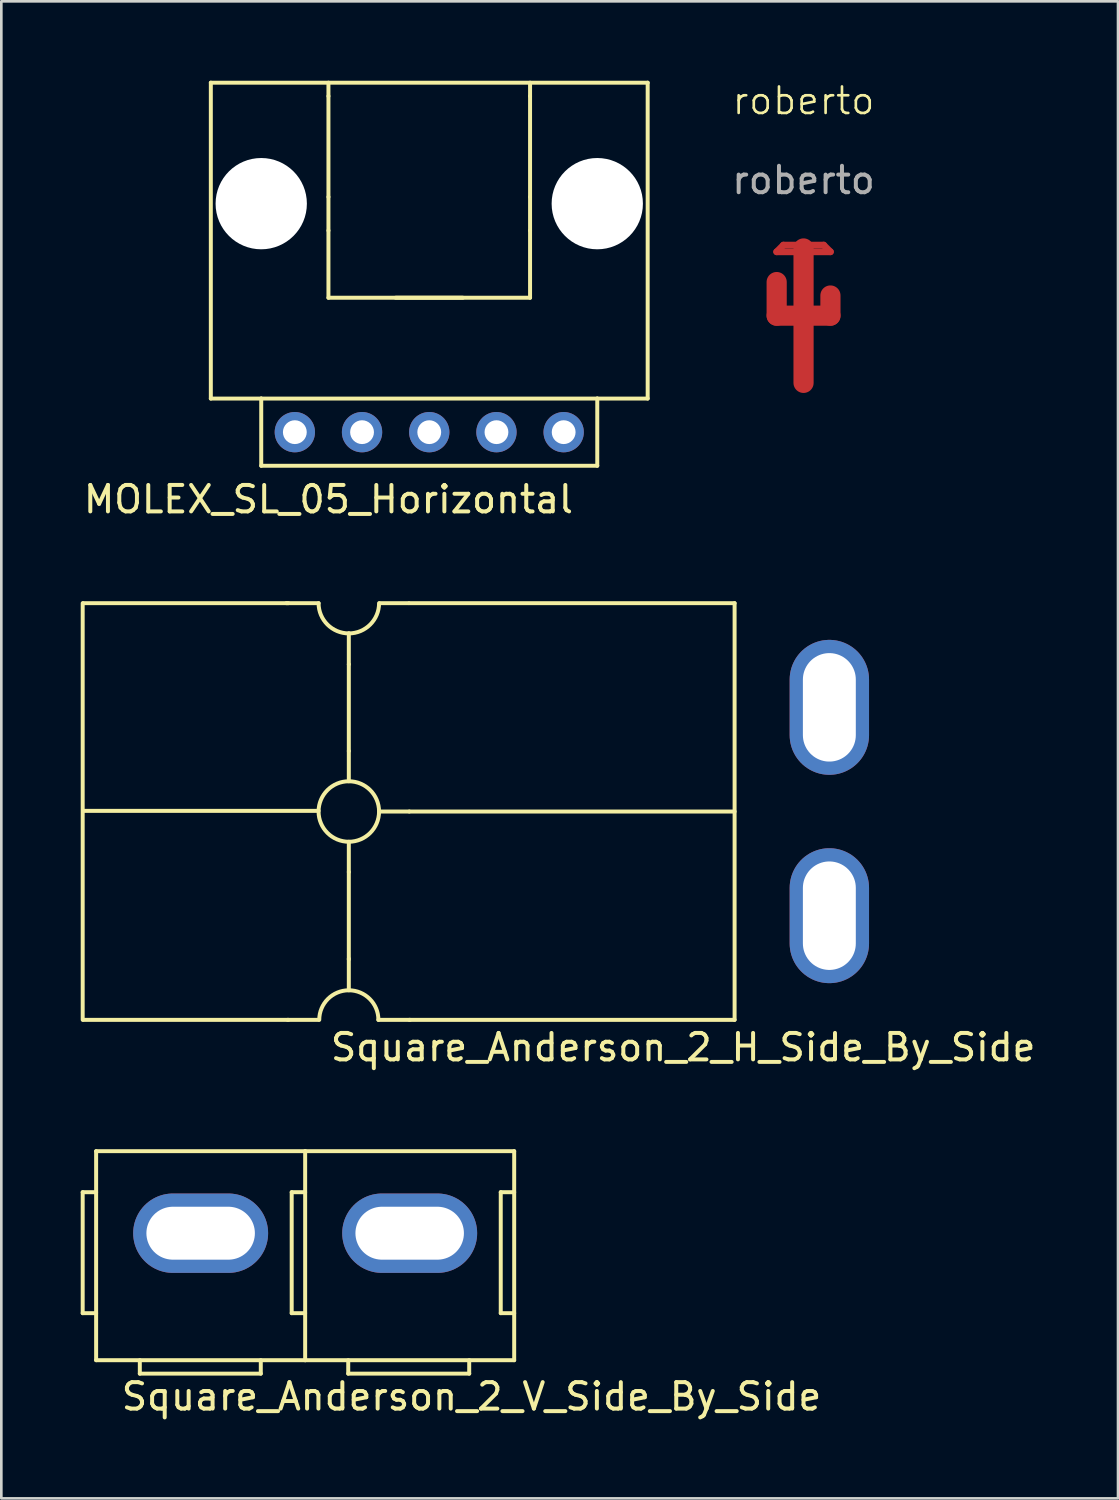
<source format=kicad_pcb>
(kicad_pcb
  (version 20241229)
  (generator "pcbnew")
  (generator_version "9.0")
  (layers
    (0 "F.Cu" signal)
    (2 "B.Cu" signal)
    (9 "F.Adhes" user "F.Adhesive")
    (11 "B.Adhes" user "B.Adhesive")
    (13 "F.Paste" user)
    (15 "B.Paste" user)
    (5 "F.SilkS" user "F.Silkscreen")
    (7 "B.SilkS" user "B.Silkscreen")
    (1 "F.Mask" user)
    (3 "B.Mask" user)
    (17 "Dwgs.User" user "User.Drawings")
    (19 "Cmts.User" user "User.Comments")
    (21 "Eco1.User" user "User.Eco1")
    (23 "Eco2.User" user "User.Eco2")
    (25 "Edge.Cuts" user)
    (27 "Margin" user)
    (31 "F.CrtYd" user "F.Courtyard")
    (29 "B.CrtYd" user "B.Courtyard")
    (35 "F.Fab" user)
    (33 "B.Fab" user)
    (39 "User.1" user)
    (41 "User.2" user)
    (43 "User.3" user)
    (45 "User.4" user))
  (footprint "Square_Anderson_2_H_Side_By_Side"
    (layer "F.Cu")
    (at 28.669 23.133)
    (property "Reference" "Square_Anderson_2_H_Side_By_Side" (at -5.9 13.4 0) (layer "F.SilkS") (effects (font (size 1 1) (thickness 0.15))))
    (attr through_hole)
    (fp_line (start -28.594 -3.387) (end -28.594 12.361) (stroke (width 0.15) (type solid)) (layer "F.SilkS"))
    (fp_line (start -28.569 -3.387) (end -20.822 -3.387) (stroke (width 0.15) (type solid)) (layer "F.SilkS"))
    (fp_line (start -28.569 4.462) (end -19.679 4.462) (stroke (width 0.15) (type solid)) (layer "F.SilkS"))
    (fp_line (start -20.847 12.361) (end -19.679 12.361) (stroke (width 0.15) (type solid)) (layer "F.SilkS"))
    (fp_line (start -20.822 12.361) (end -28.569 12.361) (stroke (width 0.15) (type solid)) (layer "F.SilkS"))
    (fp_line (start -19.679 -3.387) (end -20.898 -3.387) (stroke (width 0.15) (type solid)) (layer "F.SilkS"))
    (fp_line (start -18.536 -2.244) (end -18.536 -1.076) (stroke (width 0.15) (type solid)) (layer "F.SilkS"))
    (fp_line (start -18.536 2.201) (end -18.536 -1.076) (stroke (width 0.15) (type solid)) (layer "F.SilkS"))
    (fp_line (start -18.536 2.201) (end -18.536 3.344) (stroke (width 0.15) (type solid)) (layer "F.SilkS"))
    (fp_line (start -18.536 6.773) (end -18.536 5.63) (stroke (width 0.15) (type solid)) (layer "F.SilkS"))
    (fp_line (start -18.536 6.773) (end -18.536 10.075) (stroke (width 0.15) (type solid)) (layer "F.SilkS"))
    (fp_line (start -18.536 10.05) (end -18.536 11.218) (stroke (width 0.15) (type solid)) (layer "F.SilkS"))
    (fp_line (start -16.275 -3.387) (end -17.367 -3.387) (stroke (width 0.15) (type solid)) (layer "F.SilkS"))
    (fp_line (start -16.25 -3.387) (end -3.956 -3.387) (stroke (width 0.15) (type solid)) (layer "F.SilkS"))
    (fp_line (start -16.25 4.487) (end -17.393 4.487) (stroke (width 0.15) (type solid)) (layer "F.SilkS"))
    (fp_line (start -16.25 4.487) (end -3.956 4.487) (stroke (width 0.15) (type solid)) (layer "F.SilkS"))
    (fp_line (start -16.25 12.361) (end -3.956 12.361) (stroke (width 0.15) (type solid)) (layer "F.SilkS"))
    (fp_line (start -16.224 12.361) (end -17.418 12.361) (stroke (width 0.15) (type solid)) (layer "F.SilkS"))
    (fp_line (start -3.956 -3.387) (end -3.956 12.361) (stroke (width 0.15) (type solid)) (layer "F.SilkS"))
    (fp_arc (start -19.6532 12.361) (mid -19.325863 11.570737) (end -18.5356 11.2434) (stroke (width 0.15) (type solid)) (layer "F.SilkS"))
    (fp_arc (start -18.5356 -2.244) (mid -19.343823 -2.578777) (end -19.6786 -3.387) (stroke (width 0.15) (type solid)) (layer "F.SilkS"))
    (fp_arc (start -18.5356 11.2434) (mid -17.745337 11.570737) (end -17.418 12.361) (stroke (width 0.15) (type solid)) (layer "F.SilkS"))
    (fp_arc (start -17.3926 -3.387) (mid -17.727377 -2.578777) (end -18.5356 -2.244) (stroke (width 0.15) (type solid)) (layer "F.SilkS"))
    (fp_circle (center -18.536 4.487) (end -18.536 5.63) (stroke (width 0.15) (type solid)) (fill no) (layer "F.SilkS"))
    (pad "1" thru_hole oval (at -0.375 0.55) (size 3 5.1) (drill oval 2 4.1) (layers "*.Cu" "*.Mask" "F.Paste"))
    (pad "2" thru_hole oval (at -0.375 8.424) (size 3 5.1) (drill oval 2 4.1) (layers "*.Cu" "*.Mask" "F.Paste")))
  (footprint "Square_Anderson_2_V_Side_By_Side"
    (layer "F.Cu")
    (at 8.57 43.431)
    (property "Reference" "Square_Anderson_2_V_Side_By_Side" (at 6.2 6.3 0) (layer "F.SilkS") (effects (font (size 1 1) (thickness 0.15))))
    (attr through_hole)
    (fp_line (start -8.495 -1.424) (end -8.495 3.148) (stroke (width 0.15) (type solid)) (layer "F.SilkS"))
    (fp_line (start -8.495 3.148) (end -7.987 3.148) (stroke (width 0.15) (type solid)) (layer "F.SilkS"))
    (fp_line (start -7.987 -1.424) (end -8.495 -1.424) (stroke (width 0.15) (type solid)) (layer "F.SilkS"))
    (fp_line (start -7.987 4.926) (end -7.987 -2.974) (stroke (width 0.15) (type solid)) (layer "F.SilkS"))
    (fp_line (start -6.336 4.926) (end -6.336 5.434) (stroke (width 0.15) (type solid)) (layer "F.SilkS"))
    (fp_line (start -6.336 5.434) (end -1.764 5.434) (stroke (width 0.15) (type solid)) (layer "F.SilkS"))
    (fp_line (start -1.764 5.434) (end -1.764 4.926) (stroke (width 0.15) (type solid)) (layer "F.SilkS"))
    (fp_line (start -0.596 -1.424) (end -0.596 3.148) (stroke (width 0.15) (type solid)) (layer "F.SilkS"))
    (fp_line (start -0.596 3.148) (end -0.088 3.148) (stroke (width 0.15) (type solid)) (layer "F.SilkS"))
    (fp_line (start -0.088 -1.424) (end -0.596 -1.424) (stroke (width 0.15) (type solid)) (layer "F.SilkS"))
    (fp_line (start -0.087 -2.974) (end -7.987 -2.974) (stroke (width 0.15) (type solid)) (layer "F.SilkS"))
    (fp_line (start -0.087 4.926) (end -7.987 4.926) (stroke (width 0.15) (type solid)) (layer "F.SilkS"))
    (fp_line (start -0.087 4.926) (end -0.087 -2.974) (stroke (width 0.15) (type solid)) (layer "F.SilkS"))
    (fp_line (start 1.541 4.926) (end 1.541 5.434) (stroke (width 0.15) (type solid)) (layer "F.SilkS"))
    (fp_line (start 1.541 5.434) (end 6.113 5.434) (stroke (width 0.15) (type solid)) (layer "F.SilkS"))
    (fp_line (start 6.113 5.434) (end 6.113 4.926) (stroke (width 0.15) (type solid)) (layer "F.SilkS"))
    (fp_line (start 7.305 -1.424) (end 7.305 3.148) (stroke (width 0.15) (type solid)) (layer "F.SilkS"))
    (fp_line (start 7.305 3.148) (end 7.813 3.148) (stroke (width 0.15) (type solid)) (layer "F.SilkS"))
    (fp_line (start 7.813 -2.974) (end -0.087 -2.974) (stroke (width 0.15) (type solid)) (layer "F.SilkS"))
    (fp_line (start 7.813 -1.424) (end 7.305 -1.424) (stroke (width 0.15) (type solid)) (layer "F.SilkS"))
    (fp_line (start 7.813 4.926) (end -0.087 4.926) (stroke (width 0.15) (type solid)) (layer "F.SilkS"))
    (fp_line (start 7.813 4.926) (end 7.813 -2.974) (stroke (width 0.15) (type solid)) (layer "F.SilkS"))
    (pad "1" thru_hole oval (at -4.037 0.126 270) (size 3 5.1) (drill oval 2 4.1) (layers "*.Cu" "*.Mask"))
    (pad "2" thru_hole oval (at 3.863 0.126 270) (size 3 5.1) (drill oval 2 4.1) (layers "*.Cu" "*.Mask")))
  (footprint "roberto"
    (layer "F.Cu")
    (at 27.319 1.26)
    (property "Reference" "roberto" (at 0 -0.5 0) (unlocked yes) (layer "F.SilkS") (effects (font (size 1 1) (thickness 0.1))))
    (attr smd)
    (fp_line (start -1.016 5.207) (end -0.762 4.953) (stroke (width 0.254) (type default)) (layer "F.Cu"))
    (fp_line (start -1.016 5.207) (end 1.016 5.207) (stroke (width 0.254) (type default)) (layer "F.Cu"))
    (fp_line (start -1.016 7.62) (end -1.016 6.35) (stroke (width 0.762) (type default)) (layer "F.Cu"))
    (fp_line (start -1.016 7.62) (end 0 7.62) (stroke (width 0.762) (type default)) (layer "F.Cu"))
    (fp_line (start -0.762 4.953) (end 0.762 4.953) (stroke (width 0.254) (type default)) (layer "F.Cu"))
    (fp_line (start 0 7.62) (end 1.016 7.62) (stroke (width 0.762) (type default)) (layer "F.Cu"))
    (fp_line (start 0 10.16) (end 0 5.08) (stroke (width 0.762) (type default)) (layer "F.Cu"))
    (fp_line (start 0.762 4.953) (end 1.016 5.207) (stroke (width 0.254) (type default)) (layer "F.Cu"))
    (fp_line (start 1.016 7.62) (end 1.016 6.858) (stroke (width 0.762) (type default)) (layer "F.Cu"))
    (fp_text user "${REFERENCE}" (at 0 2.5 0) (unlocked yes) (layer "F.Fab") (effects (font (size 1 1) (thickness 0.15)))))
  (footprint "MOLEX_SL_05_Horizontal"
    (layer "F.Cu")
    (at 8.093 13.283)
    (property "Reference" "MOLEX_SL_05_Horizontal" (at 1.27 2.54 0) (layer "F.SilkS") (effects (font (size 1 1) (thickness 0.15))))
    (attr through_hole)
    (fp_line (start -3.175 -13.208) (end 13.335 -13.208) (stroke (width 0.15) (type solid)) (layer "F.SilkS"))
    (fp_line (start -3.175 -1.27) (end -3.175 -13.208) (stroke (width 0.15) (type solid)) (layer "F.SilkS"))
    (fp_line (start -1.27 -1.27) (end -3.175 -1.27) (stroke (width 0.15) (type solid)) (layer "F.SilkS"))
    (fp_line (start -1.27 -1.27) (end 11.43 -1.27) (stroke (width 0.15) (type solid)) (layer "F.SilkS"))
    (fp_line (start -1.27 1.27) (end -1.27 -1.27) (stroke (width 0.15) (type solid)) (layer "F.SilkS"))
    (fp_line (start 1.27 -13.208) (end 1.27 -12.7) (stroke (width 0.15) (type solid)) (layer "F.SilkS"))
    (fp_line (start 1.27 -8.89) (end 1.27 -12.7) (stroke (width 0.15) (type solid)) (layer "F.SilkS"))
    (fp_line (start 1.27 -8.89) (end 1.27 -7.62) (stroke (width 0.15) (type solid)) (layer "F.SilkS"))
    (fp_line (start 1.27 -7.62) (end 1.27 -5.08) (stroke (width 0.15) (type solid)) (layer "F.SilkS"))
    (fp_line (start 1.27 -5.08) (end 8.89 -5.08) (stroke (width 0.15) (type solid)) (layer "F.SilkS"))
    (fp_line (start 3.81 -5.08) (end 6.35 -5.08) (stroke (width 0.15) (type solid)) (layer "F.SilkS"))
    (fp_line (start 8.89 -12.7) (end 8.89 -13.208) (stroke (width 0.15) (type solid)) (layer "F.SilkS"))
    (fp_line (start 8.89 -8.89) (end 8.89 -12.7) (stroke (width 0.15) (type solid)) (layer "F.SilkS"))
    (fp_line (start 8.89 -7.62) (end 8.89 -8.89) (stroke (width 0.15) (type solid)) (layer "F.SilkS"))
    (fp_line (start 8.89 -5.08) (end 8.89 -7.62) (stroke (width 0.15) (type solid)) (layer "F.SilkS"))
    (fp_line (start 11.43 -1.27) (end 11.43 1.27) (stroke (width 0.15) (type solid)) (layer "F.SilkS"))
    (fp_line (start 11.43 -1.27) (end 13.335 -1.27) (stroke (width 0.15) (type solid)) (layer "F.SilkS"))
    (fp_line (start 11.43 1.27) (end -1.27 1.27) (stroke (width 0.15) (type solid)) (layer "F.SilkS"))
    (fp_line (start 13.335 -1.27) (end 13.335 -13.208) (stroke (width 0.15) (type solid)) (layer "F.SilkS"))
    (pad "" np_thru_hole circle (at -1.27 -8.636) (size 3.45 3.45) (drill 3.45) (layers "*.Cu" "*.Mask"))
    (pad "" np_thru_hole circle (at 11.43 -8.636) (size 3.45 3.45) (drill 3.45) (layers "*.Cu" "*.Mask"))
    (pad "1" thru_hole circle (at 0 0) (size 1.524 1.524) (drill 0.9) (layers "*.Cu" "*.Mask"))
    (pad "2" thru_hole circle (at 2.54 0) (size 1.524 1.524) (drill 0.9) (layers "*.Cu" "*.Mask"))
    (pad "3" thru_hole circle (at 5.08 0) (size 1.524 1.524) (drill 0.9) (layers "*.Cu" "*.Mask"))
    (pad "4" thru_hole circle (at 7.62 0) (size 1.524 1.524) (drill 0.9) (layers "*.Cu" "*.Mask"))
    (pad "5" thru_hole circle (at 10.16 0) (size 1.524 1.524) (drill 0.9) (layers "*.Cu" "*.Mask")))
  (gr_rect
    (start -3 -3)
    (end 39.204 53.579)
    (stroke (width 0.1) (type default))
    (fill no)
    (layer "Edge.Cuts")))
</source>
